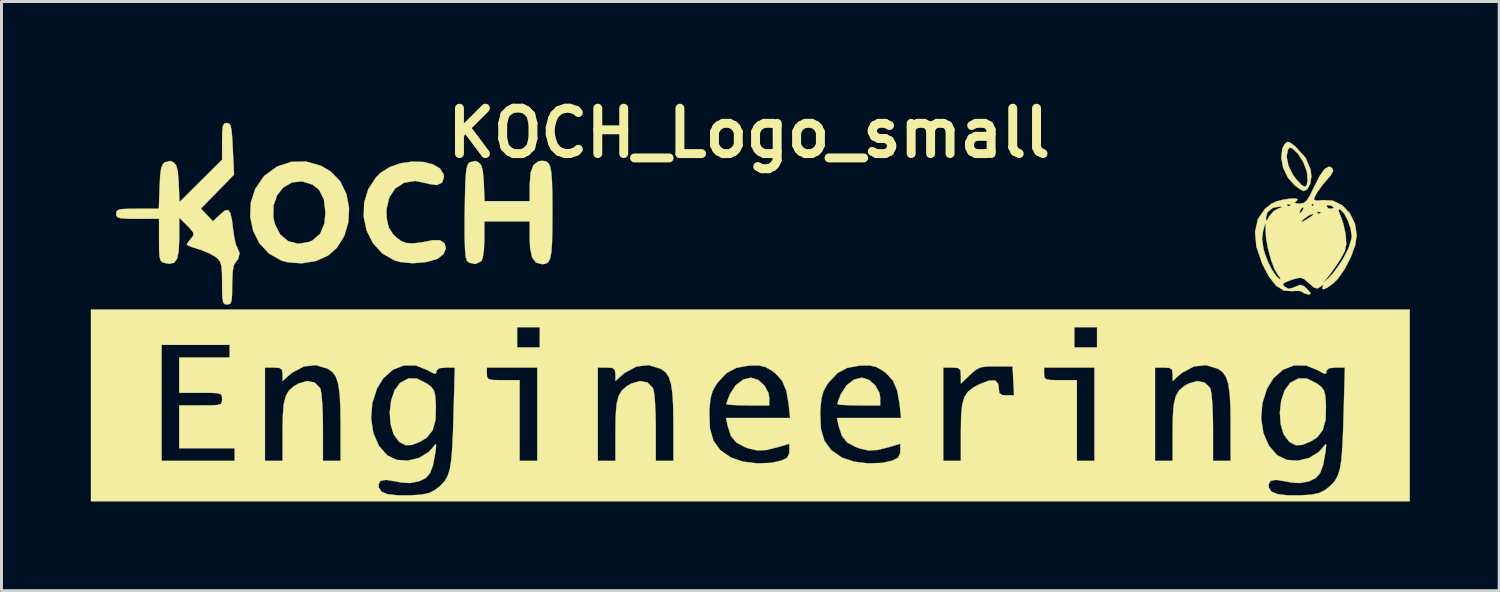
<source format=kicad_pcb>
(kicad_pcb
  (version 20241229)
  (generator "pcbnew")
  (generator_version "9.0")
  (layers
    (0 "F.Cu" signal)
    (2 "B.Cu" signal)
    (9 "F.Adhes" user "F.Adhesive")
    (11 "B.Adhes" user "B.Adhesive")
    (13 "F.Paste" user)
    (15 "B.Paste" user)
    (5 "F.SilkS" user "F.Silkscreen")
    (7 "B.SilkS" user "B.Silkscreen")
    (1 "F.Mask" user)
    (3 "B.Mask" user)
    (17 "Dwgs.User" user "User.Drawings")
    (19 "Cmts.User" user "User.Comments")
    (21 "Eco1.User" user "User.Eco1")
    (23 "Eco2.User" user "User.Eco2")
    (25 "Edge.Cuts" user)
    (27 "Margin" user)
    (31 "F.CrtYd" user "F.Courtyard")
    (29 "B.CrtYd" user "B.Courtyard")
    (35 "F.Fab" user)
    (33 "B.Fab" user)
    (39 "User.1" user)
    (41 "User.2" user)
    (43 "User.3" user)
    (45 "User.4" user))
  (footprint "KOCH_Logo_small"
    (layer "F.Cu")
    (at 22.103 7.26)
    (property "Reference" "KOCH_Logo_small" (at 0 -5.842 0) (layer "F.SilkS") (effects (font (size 1.524 1.524) (thickness 0.3))))
    (attr through_hole)
    (fp_poly (pts (xy 0.304 2.446) (xy 0.515 2.636) (xy 0.652 2.887) (xy 0.677 3.044) (xy 0.677 3.302) (xy -0.042 3.302) (xy -0.368 3.297) (xy -0.616 3.284) (xy -0.75 3.265) (xy -0.762 3.257) (xy -0.732 3.156) (xy -0.659 2.967) (xy -0.644 2.929) (xy -0.45 2.626) (xy -0.185 2.429) (xy 0.065 2.371) (xy 0.304 2.446)) (stroke (width 0.01) (type solid)) (fill yes) (layer "F.SilkS"))
    (fp_poly (pts (xy 4.029 2.446) (xy 4.241 2.636) (xy 4.377 2.887) (xy 4.403 3.044) (xy 4.403 3.302) (xy 3.683 3.302) (xy 3.358 3.297) (xy 3.109 3.284) (xy 2.976 3.265) (xy 2.963 3.257) (xy 2.993 3.156) (xy 3.066 2.967) (xy 3.081 2.929) (xy 3.275 2.626) (xy 3.54 2.429) (xy 3.79 2.371) (xy 4.029 2.446)) (stroke (width 0.01) (type solid)) (fill yes) (layer "F.SilkS"))
    (fp_poly (pts (xy -11.156 2.402) (xy -10.836 2.559) (xy -10.829 2.564) (xy -10.674 2.679) (xy -10.585 2.797) (xy -10.541 2.969) (xy -10.52 3.247) (xy -10.516 3.323) (xy -10.529 3.793) (xy -10.625 4.136) (xy -10.816 4.38) (xy -11.037 4.518) (xy -11.32 4.63) (xy -11.525 4.64) (xy -11.711 4.549) (xy -11.764 4.508) (xy -11.938 4.269) (xy -12.038 3.929) (xy -12.065 3.536) (xy -12.02 3.143) (xy -11.904 2.797) (xy -11.72 2.55) (xy -11.709 2.542) (xy -11.436 2.396) (xy -11.156 2.402)) (stroke (width 0.01) (type solid)) (fill yes) (layer "F.SilkS"))
    (fp_poly (pts (xy 18.731 2.402) (xy 19.051 2.559) (xy 19.059 2.564) (xy 19.213 2.679) (xy 19.302 2.797) (xy 19.347 2.969) (xy 19.368 3.247) (xy 19.371 3.323) (xy 19.358 3.793) (xy 19.262 4.136) (xy 19.072 4.38) (xy 18.85 4.518) (xy 18.568 4.63) (xy 18.362 4.64) (xy 18.176 4.549) (xy 18.124 4.508) (xy 17.949 4.269) (xy 17.849 3.929) (xy 17.823 3.536) (xy 17.868 3.143) (xy 17.983 2.797) (xy 18.168 2.55) (xy 18.178 2.542) (xy 18.451 2.396) (xy 18.731 2.402)) (stroke (width 0.01) (type solid)) (fill yes) (layer "F.SilkS"))
    (fp_poly (pts (xy 18.142 -5.537) (xy 18.286 -5.436) (xy 18.359 -5.374) (xy 18.689 -5.009) (xy 18.858 -4.606) (xy 18.881 -4.381) (xy 18.84 -4.128) (xy 18.737 -3.949) (xy 18.621 -3.895) (xy 18.523 -3.942) (xy 18.357 -4.059) (xy 18.331 -4.078) (xy 18.094 -4.342) (xy 17.936 -4.671) (xy 17.869 -5.015) (xy 17.874 -5.052) (xy 18.049 -5.052) (xy 18.11 -4.752) (xy 18.262 -4.439) (xy 18.391 -4.268) (xy 18.559 -4.093) (xy 18.659 -4.039) (xy 18.724 -4.089) (xy 18.727 -4.095) (xy 18.755 -4.257) (xy 18.735 -4.502) (xy 18.72 -4.577) (xy 18.609 -4.87) (xy 18.438 -5.138) (xy 18.405 -5.175) (xy 18.248 -5.324) (xy 18.158 -5.356) (xy 18.093 -5.286) (xy 18.049 -5.052) (xy 17.874 -5.052) (xy 17.908 -5.322) (xy 17.975 -5.453) (xy 18.055 -5.54) (xy 18.142 -5.537)) (stroke (width 0.01) (type solid)) (fill yes) (layer "F.SilkS"))
    (fp_poly (pts (xy -10.942 -4.872) (xy -10.621 -4.794) (xy -10.382 -4.655) (xy -10.256 -4.455) (xy -10.245 -4.364) (xy -10.31 -4.176) (xy -10.487 -4.096) (xy -10.751 -4.133) (xy -10.789 -4.147) (xy -11.213 -4.235) (xy -11.584 -4.174) (xy -11.882 -3.981) (xy -12.086 -3.673) (xy -12.177 -3.267) (xy -12.169 -2.986) (xy -12.102 -2.677) (xy -11.957 -2.448) (xy -11.852 -2.345) (xy -11.683 -2.217) (xy -11.505 -2.149) (xy -11.278 -2.137) (xy -10.96 -2.178) (xy -10.621 -2.245) (xy -10.374 -2.242) (xy -10.224 -2.136) (xy -10.181 -1.97) (xy -10.254 -1.786) (xy -10.452 -1.626) (xy -10.479 -1.613) (xy -10.856 -1.506) (xy -11.3 -1.471) (xy -11.725 -1.513) (xy -11.896 -1.561) (xy -12.312 -1.797) (xy -12.628 -2.141) (xy -12.839 -2.561) (xy -12.94 -3.025) (xy -12.925 -3.5) (xy -12.789 -3.955) (xy -12.527 -4.357) (xy -12.37 -4.51) (xy -12.057 -4.705) (xy -11.693 -4.829) (xy -11.31 -4.884) (xy -10.942 -4.872)) (stroke (width 0.01) (type solid)) (fill yes) (layer "F.SilkS"))
    (fp_poly (pts (xy -14.383 -4.747) (xy -14.045 -4.55) (xy -13.726 -4.218) (xy -13.522 -3.8) (xy -13.432 -3.332) (xy -13.455 -2.851) (xy -13.59 -2.393) (xy -13.836 -1.995) (xy -14.132 -1.731) (xy -14.546 -1.545) (xy -15.028 -1.468) (xy -15.507 -1.505) (xy -15.706 -1.561) (xy -16.125 -1.799) (xy -16.444 -2.144) (xy -16.655 -2.566) (xy -16.748 -3.013) (xy -15.975 -3.013) (xy -15.926 -2.79) (xy -15.746 -2.437) (xy -15.474 -2.21) (xy -15.138 -2.123) (xy -14.769 -2.188) (xy -14.66 -2.237) (xy -14.404 -2.458) (xy -14.26 -2.802) (xy -14.224 -3.175) (xy -14.278 -3.621) (xy -14.443 -3.942) (xy -14.66 -4.113) (xy -15.019 -4.221) (xy -15.351 -4.183) (xy -15.635 -4.02) (xy -15.847 -3.756) (xy -15.968 -3.413) (xy -15.975 -3.013) (xy -16.748 -3.013) (xy -16.752 -3.033) (xy -16.73 -3.511) (xy -16.581 -3.97) (xy -16.3 -4.378) (xy -16.266 -4.413) (xy -15.85 -4.717) (xy -15.377 -4.875) (xy -14.877 -4.886) (xy -14.383 -4.747)) (stroke (width 0.01) (type solid)) (fill yes) (layer "F.SilkS"))
    (fp_poly (pts (xy -6.836 -4.898) (xy -6.747 -4.845) (xy -6.685 -4.731) (xy -6.643 -4.535) (xy -6.619 -4.236) (xy -6.607 -3.811) (xy -6.604 -3.241) (xy -6.604 -3.175) (xy -6.607 -2.589) (xy -6.617 -2.151) (xy -6.64 -1.84) (xy -6.68 -1.634) (xy -6.74 -1.513) (xy -6.825 -1.455) (xy -6.94 -1.439) (xy -6.954 -1.439) (xy -7.154 -1.493) (xy -7.285 -1.665) (xy -7.352 -1.97) (xy -7.366 -2.292) (xy -7.366 -2.879) (xy -8.89 -2.879) (xy -8.89 -2.261) (xy -8.904 -1.91) (xy -8.943 -1.655) (xy -8.992 -1.541) (xy -9.187 -1.446) (xy -9.394 -1.488) (xy -9.474 -1.556) (xy -9.513 -1.678) (xy -9.538 -1.94) (xy -9.551 -2.351) (xy -9.552 -2.918) (xy -9.548 -3.219) (xy -9.538 -3.774) (xy -9.526 -4.183) (xy -9.509 -4.47) (xy -9.484 -4.659) (xy -9.449 -4.775) (xy -9.403 -4.84) (xy -9.377 -4.859) (xy -9.194 -4.907) (xy -9.081 -4.859) (xy -8.996 -4.763) (xy -8.943 -4.582) (xy -8.913 -4.279) (xy -8.907 -4.161) (xy -8.883 -3.556) (xy -7.366 -3.556) (xy -7.366 -4.1) (xy -7.336 -4.507) (xy -7.241 -4.767) (xy -7.075 -4.894) (xy -6.954 -4.911) (xy -6.836 -4.898)) (stroke (width 0.01) (type solid)) (fill yes) (layer "F.SilkS"))
    (fp_poly (pts (xy -17.463 -6.165) (xy -17.413 -6.098) (xy -17.38 -5.949) (xy -17.356 -5.689) (xy -17.336 -5.313) (xy -17.296 -4.445) (xy -17.851 -3.876) (xy -18.406 -3.306) (xy -18.205 -3.092) (xy -18.003 -2.877) (xy -17.76 -3.109) (xy -17.603 -3.238) (xy -17.493 -3.259) (xy -17.418 -3.155) (xy -17.363 -2.91) (xy -17.325 -2.599) (xy -17.283 -2.311) (xy -17.23 -2.09) (xy -17.187 -1.998) (xy -17.107 -1.814) (xy -17.156 -1.611) (xy -17.23 -1.524) (xy -17.301 -1.408) (xy -17.341 -1.188) (xy -17.356 -0.834) (xy -17.357 -0.752) (xy -17.36 -0.417) (xy -17.377 -0.218) (xy -17.416 -0.119) (xy -17.485 -0.087) (xy -17.526 -0.085) (xy -17.609 -0.098) (xy -17.659 -0.161) (xy -17.685 -0.306) (xy -17.694 -0.567) (xy -17.695 -0.798) (xy -17.699 -1.153) (xy -17.718 -1.38) (xy -17.762 -1.522) (xy -17.84 -1.622) (xy -17.903 -1.675) (xy -18.116 -1.8) (xy -18.398 -1.916) (xy -18.496 -1.946) (xy -18.721 -2.018) (xy -18.86 -2.079) (xy -18.881 -2.1) (xy -18.83 -2.19) (xy -18.737 -2.304) (xy -18.658 -2.41) (xy -18.665 -2.504) (xy -18.772 -2.638) (xy -18.864 -2.732) (xy -19.135 -3.002) (xy -19.135 -2.316) (xy -19.15 -1.899) (xy -19.203 -1.63) (xy -19.305 -1.487) (xy -19.467 -1.452) (xy -19.599 -1.474) (xy -19.703 -1.508) (xy -19.765 -1.571) (xy -19.798 -1.7) (xy -19.81 -1.929) (xy -19.812 -2.245) (xy -19.812 -2.963) (xy -20.532 -2.963) (xy -20.882 -2.966) (xy -21.095 -2.981) (xy -21.206 -3.015) (xy -21.247 -3.076) (xy -21.251 -3.133) (xy -21.238 -3.215) (xy -21.175 -3.265) (xy -21.031 -3.291) (xy -20.771 -3.301) (xy -20.535 -3.302) (xy -19.819 -3.302) (xy -19.794 -4.034) (xy -19.775 -4.409) (xy -19.743 -4.65) (xy -19.69 -4.79) (xy -19.622 -4.859) (xy -19.439 -4.907) (xy -19.325 -4.859) (xy -19.241 -4.765) (xy -19.189 -4.588) (xy -19.159 -4.292) (xy -19.152 -4.146) (xy -19.127 -3.525) (xy -17.695 -4.949) (xy -17.695 -5.565) (xy -17.691 -5.885) (xy -17.67 -6.07) (xy -17.626 -6.157) (xy -17.547 -6.18) (xy -17.536 -6.181) (xy -17.463 -6.165)) (stroke (width 0.01) (type solid)) (fill yes) (layer "F.SilkS"))
    (fp_poly (pts (xy 19.578 -4.671) (xy 19.614 -4.569) (xy 19.531 -4.421) (xy 19.46 -4.34) (xy 19.243 -4.083) (xy 19.072 -3.843) (xy 18.976 -3.662) (xy 18.965 -3.612) (xy 19.038 -3.575) (xy 19.214 -3.584) (xy 19.242 -3.589) (xy 19.592 -3.576) (xy 19.911 -3.421) (xy 20.171 -3.153) (xy 20.344 -2.8) (xy 20.405 -2.407) (xy 20.351 -2.075) (xy 20.209 -1.682) (xy 20.007 -1.289) (xy 19.777 -0.957) (xy 19.631 -0.808) (xy 19.432 -0.661) (xy 19.294 -0.597) (xy 19.243 -0.624) (xy 19.273 -0.699) (xy 19.281 -0.747) (xy 19.19 -0.686) (xy 19.079 -0.623) (xy 18.969 -0.655) (xy 18.803 -0.798) (xy 18.794 -0.806) (xy 19.262 -0.806) (xy 19.456 -0.97) (xy 19.603 -1.129) (xy 19.788 -1.378) (xy 19.943 -1.615) (xy 20.13 -1.977) (xy 20.226 -2.285) (xy 20.235 -2.382) (xy 20.199 -2.636) (xy 20.106 -2.908) (xy 19.984 -3.14) (xy 19.857 -3.273) (xy 19.837 -3.282) (xy 19.788 -3.255) (xy 19.839 -3.106) (xy 19.861 -3.06) (xy 19.949 -2.817) (xy 20.02 -2.508) (xy 20.037 -2.391) (xy 20.053 -2.106) (xy 20.004 -1.882) (xy 19.869 -1.627) (xy 19.854 -1.602) (xy 19.679 -1.336) (xy 19.505 -1.096) (xy 19.442 -1.017) (xy 19.262 -0.806) (xy 18.794 -0.806) (xy 18.643 -0.938) (xy 18.513 -0.985) (xy 18.339 -0.952) (xy 18.209 -0.91) (xy 17.998 -0.83) (xy 17.926 -0.768) (xy 17.968 -0.698) (xy 17.99 -0.679) (xy 18.12 -0.611) (xy 18.274 -0.649) (xy 18.336 -0.68) (xy 18.501 -0.746) (xy 18.628 -0.704) (xy 18.733 -0.609) (xy 18.847 -0.48) (xy 18.84 -0.43) (xy 18.777 -0.423) (xy 18.627 -0.465) (xy 18.588 -0.502) (xy 18.48 -0.543) (xy 18.279 -0.539) (xy 18.24 -0.533) (xy 17.956 -0.554) (xy 17.694 -0.718) (xy 17.447 -1.036) (xy 17.229 -1.456) (xy 17.037 -2.018) (xy 17.011 -2.284) (xy 17.225 -2.284) (xy 17.273 -1.959) (xy 17.309 -1.827) (xy 17.415 -1.537) (xy 17.552 -1.263) (xy 17.694 -1.049) (xy 17.815 -0.938) (xy 17.842 -0.931) (xy 17.833 -0.984) (xy 17.759 -1.079) (xy 17.641 -1.281) (xy 17.524 -1.593) (xy 17.425 -1.957) (xy 17.362 -2.313) (xy 17.349 -2.492) (xy 17.341 -2.836) (xy 17.26 -2.555) (xy 17.225 -2.284) (xy 17.011 -2.284) (xy 16.989 -2.519) (xy 17.067 -2.869) (xy 18.537 -2.869) (xy 18.568 -2.862) (xy 18.696 -2.927) (xy 18.881 -3.044) (xy 18.948 -3.114) (xy 18.923 -3.129) (xy 18.804 -3.08) (xy 18.632 -2.96) (xy 18.627 -2.956) (xy 18.537 -2.869) (xy 17.067 -2.869) (xy 17.084 -2.948) (xy 17.136 -3.024) (xy 17.358 -3.024) (xy 17.364 -2.9) (xy 17.398 -2.918) (xy 17.464 -3.044) (xy 17.55 -3.143) (xy 18.479 -3.143) (xy 18.541 -3.184) (xy 18.547 -3.189) (xy 19.078 -3.189) (xy 19.09 -3.139) (xy 19.135 -3.133) (xy 19.204 -3.164) (xy 19.191 -3.189) (xy 19.091 -3.199) (xy 19.078 -3.189) (xy 18.547 -3.189) (xy 18.553 -3.195) (xy 18.619 -3.306) (xy 18.61 -3.347) (xy 18.547 -3.321) (xy 18.505 -3.242) (xy 18.479 -3.143) (xy 17.55 -3.143) (xy 17.62 -3.224) (xy 17.781 -3.311) (xy 17.901 -3.356) (xy 17.855 -3.377) (xy 17.838 -3.378) (xy 17.591 -3.333) (xy 17.414 -3.192) (xy 17.358 -3.024) (xy 17.136 -3.024) (xy 17.321 -3.296) (xy 17.435 -3.384) (xy 19.389 -3.384) (xy 19.457 -3.311) (xy 19.516 -3.302) (xy 19.629 -3.32) (xy 19.643 -3.335) (xy 19.576 -3.39) (xy 19.516 -3.417) (xy 19.407 -3.419) (xy 19.389 -3.384) (xy 17.435 -3.384) (xy 17.511 -3.443) (xy 18.062 -3.443) (xy 18.074 -3.393) (xy 18.119 -3.387) (xy 18.188 -3.418) (xy 18.182 -3.429) (xy 18.881 -3.429) (xy 18.923 -3.387) (xy 18.965 -3.429) (xy 18.923 -3.471) (xy 18.881 -3.429) (xy 18.182 -3.429) (xy 18.175 -3.443) (xy 18.075 -3.453) (xy 18.062 -3.443) (xy 17.511 -3.443) (xy 17.552 -3.475) (xy 17.719 -3.549) (xy 17.929 -3.604) (xy 18.141 -3.638) (xy 18.316 -3.647) (xy 18.414 -3.626) (xy 18.395 -3.572) (xy 18.373 -3.556) (xy 18.316 -3.497) (xy 18.405 -3.475) (xy 18.479 -3.473) (xy 18.613 -3.49) (xy 18.72 -3.568) (xy 18.83 -3.739) (xy 18.957 -4.004) (xy 19.159 -4.4) (xy 19.329 -4.636) (xy 19.474 -4.717) (xy 19.578 -4.671)) (stroke (width 0.01) (type solid)) (fill yes) (layer "F.SilkS"))
    (fp_poly (pts (xy 22.183 6.519) (xy -22.098 6.519) (xy -22.098 1.27) (xy -19.727 1.27) (xy -19.727 5.165) (xy -17.272 5.165) (xy -17.272 4.741) (xy -19.135 4.741) (xy -19.135 3.302) (xy -18.415 3.302) (xy -18.067 3.3) (xy -17.854 3.288) (xy -17.743 3.255) (xy -17.702 3.192) (xy -17.695 3.09) (xy -17.702 2.988) (xy -17.744 2.925) (xy -17.855 2.893) (xy -18.069 2.881) (xy -18.415 2.879) (xy -19.135 2.879) (xy -19.135 2.032) (xy -16.256 2.032) (xy -16.256 5.165) (xy -15.663 5.165) (xy -15.663 4.146) (xy -15.655 3.633) (xy -15.624 3.258) (xy -15.558 2.991) (xy -15.449 2.802) (xy -15.286 2.66) (xy -15.134 2.571) (xy -14.839 2.485) (xy -14.585 2.536) (xy -14.412 2.712) (xy -14.39 2.76) (xy -14.359 2.924) (xy -14.334 3.218) (xy -14.316 3.6) (xy -14.309 4.031) (xy -14.309 4.07) (xy -14.309 5.165) (xy -13.716 5.165) (xy -13.716 3.95) (xy -13.719 3.743) (xy -12.692 3.743) (xy -12.617 4.232) (xy -12.432 4.658) (xy -12.149 4.981) (xy -11.83 5.132) (xy -11.458 5.158) (xy -11.085 5.068) (xy -10.761 4.871) (xy -10.624 4.721) (xy -10.54 4.614) (xy -10.508 4.618) (xy -10.517 4.754) (xy -10.539 4.911) (xy -10.613 5.311) (xy -10.713 5.576) (xy -10.859 5.743) (xy -11.073 5.846) (xy -11.104 5.856) (xy -11.389 5.91) (xy -11.693 5.89) (xy -11.87 5.854) (xy -12.19 5.803) (xy -12.375 5.835) (xy -12.441 5.955) (xy -12.432 6.062) (xy -12.348 6.196) (xy -12.147 6.282) (xy -11.812 6.322) (xy -11.371 6.323) (xy -10.993 6.298) (xy -10.733 6.24) (xy -10.539 6.139) (xy -10.524 6.128) (xy -10.351 5.988) (xy -10.218 5.843) (xy -10.119 5.667) (xy -10.048 5.438) (xy -9.999 5.129) (xy -9.965 4.716) (xy -9.941 4.176) (xy -9.928 3.725) (xy -9.88 2.032) (xy -8.805 2.032) (xy -8.805 2.244) (xy -8.796 2.357) (xy -8.741 2.421) (xy -8.604 2.449) (xy -8.345 2.455) (xy -8.255 2.455) (xy -7.705 2.455) (xy -7.705 5.165) (xy -7.112 5.165) (xy -7.112 2.032) (xy -5.08 2.032) (xy -5.08 5.165) (xy -4.487 5.165) (xy -4.487 4.146) (xy -4.479 3.633) (xy -4.448 3.258) (xy -4.382 2.991) (xy -4.273 2.802) (xy -4.11 2.66) (xy -3.958 2.571) (xy -3.663 2.485) (xy -3.409 2.536) (xy -3.236 2.712) (xy -3.214 2.76) (xy -3.183 2.924) (xy -3.158 3.218) (xy -3.14 3.6) (xy -3.133 4.031) (xy -3.133 4.07) (xy -3.133 5.165) (xy -2.54 5.165) (xy -2.54 3.95) (xy -2.545 3.55) (xy -1.337 3.55) (xy -1.315 4.081) (xy -1.196 4.491) (xy -0.967 4.805) (xy -0.617 5.048) (xy -0.596 5.059) (xy -0.2 5.191) (xy 0.273 5.25) (xy 0.749 5.232) (xy 1.088 5.156) (xy 1.28 5.058) (xy 1.35 4.909) (xy 1.355 4.826) (xy 1.355 4.589) (xy 0.96 4.707) (xy 0.584 4.8) (xy 0.285 4.815) (xy -0.007 4.75) (xy -0.148 4.698) (xy -0.432 4.544) (xy -0.607 4.33) (xy -0.714 4.003) (xy -0.716 3.998) (xy -0.775 3.725) (xy 1.378 3.725) (xy 1.36 3.55) (xy 2.389 3.55) (xy 2.41 4.081) (xy 2.529 4.491) (xy 2.758 4.805) (xy 3.108 5.048) (xy 3.13 5.059) (xy 3.525 5.191) (xy 3.998 5.25) (xy 4.474 5.232) (xy 4.813 5.156) (xy 5.005 5.058) (xy 5.075 4.909) (xy 5.08 4.826) (xy 5.08 4.589) (xy 4.686 4.707) (xy 4.309 4.8) (xy 4.01 4.815) (xy 3.718 4.75) (xy 3.577 4.698) (xy 3.293 4.544) (xy 3.119 4.33) (xy 3.011 4.003) (xy 3.01 3.998) (xy 2.95 3.725) (xy 5.104 3.725) (xy 5.056 3.264) (xy 4.977 2.81) (xy 4.835 2.477) (xy 4.607 2.223) (xy 4.487 2.134) (xy 4.306 2.032) (xy 6.519 2.032) (xy 6.519 5.165) (xy 7.112 5.165) (xy 7.112 4.16) (xy 7.12 3.657) (xy 7.154 3.291) (xy 7.226 3.031) (xy 7.348 2.844) (xy 7.533 2.7) (xy 7.736 2.593) (xy 8.056 2.47) (xy 8.262 2.464) (xy 8.365 2.576) (xy 8.382 2.709) (xy 8.402 2.888) (xy 8.5 2.955) (xy 8.64 2.963) (xy 8.898 2.963) (xy 8.873 2.477) (xy 8.85 2.032) (xy 9.906 2.032) (xy 9.906 2.244) (xy 9.916 2.357) (xy 9.97 2.421) (xy 10.108 2.449) (xy 10.366 2.455) (xy 10.456 2.455) (xy 11.007 2.455) (xy 11.007 5.165) (xy 11.599 5.165) (xy 11.599 2.032) (xy 13.631 2.032) (xy 13.631 5.165) (xy 14.224 5.165) (xy 14.224 4.146) (xy 14.232 3.633) (xy 14.264 3.258) (xy 14.329 2.991) (xy 14.438 2.802) (xy 14.601 2.66) (xy 14.754 2.571) (xy 15.049 2.485) (xy 15.302 2.536) (xy 15.476 2.712) (xy 15.497 2.76) (xy 15.528 2.924) (xy 15.554 3.218) (xy 15.571 3.6) (xy 15.579 4.031) (xy 15.579 4.07) (xy 15.579 5.165) (xy 16.171 5.165) (xy 16.171 3.95) (xy 16.169 3.743) (xy 17.195 3.743) (xy 17.271 4.232) (xy 17.455 4.658) (xy 17.738 4.981) (xy 18.057 5.132) (xy 18.429 5.158) (xy 18.802 5.068) (xy 19.126 4.871) (xy 19.264 4.721) (xy 19.347 4.614) (xy 19.379 4.618) (xy 19.37 4.754) (xy 19.348 4.911) (xy 19.274 5.311) (xy 19.174 5.576) (xy 19.028 5.743) (xy 18.815 5.846) (xy 18.784 5.856) (xy 18.498 5.91) (xy 18.194 5.89) (xy 18.017 5.854) (xy 17.697 5.803) (xy 17.512 5.835) (xy 17.446 5.955) (xy 17.455 6.062) (xy 17.539 6.196) (xy 17.74 6.282) (xy 18.076 6.322) (xy 18.517 6.323) (xy 18.894 6.298) (xy 19.154 6.24) (xy 19.348 6.139) (xy 19.363 6.128) (xy 19.536 5.988) (xy 19.669 5.843) (xy 19.768 5.667) (xy 19.839 5.438) (xy 19.889 5.129) (xy 19.922 4.716) (xy 19.946 4.176) (xy 19.96 3.725) (xy 20.007 2.032) (xy 19.698 2.032) (xy 19.478 2.055) (xy 19.392 2.133) (xy 19.389 2.166) (xy 19.368 2.239) (xy 19.281 2.224) (xy 19.104 2.124) (xy 18.701 1.962) (xy 18.3 1.959) (xy 17.927 2.106) (xy 17.605 2.393) (xy 17.395 2.732) (xy 17.235 3.23) (xy 17.195 3.743) (xy 16.169 3.743) (xy 16.164 3.354) (xy 16.139 2.903) (xy 16.09 2.573) (xy 16.012 2.341) (xy 15.9 2.182) (xy 15.748 2.074) (xy 15.743 2.072) (xy 15.34 1.95) (xy 14.937 1.995) (xy 14.542 2.206) (xy 14.415 2.311) (xy 14.224 2.485) (xy 14.224 2.258) (xy 14.204 2.106) (xy 14.111 2.043) (xy 13.928 2.032) (xy 13.631 2.032) (xy 11.599 2.032) (xy 9.906 2.032) (xy 8.85 2.032) (xy 8.848 1.99) (xy 8.281 1.99) (xy 7.968 1.996) (xy 7.763 2.03) (xy 7.606 2.111) (xy 7.436 2.259) (xy 7.413 2.281) (xy 7.112 2.573) (xy 7.112 2.303) (xy 7.097 2.121) (xy 7.018 2.047) (xy 6.822 2.032) (xy 6.816 2.032) (xy 6.519 2.032) (xy 4.306 2.032) (xy 4.269 2.011) (xy 4.046 1.96) (xy 3.739 1.964) (xy 3.721 1.965) (xy 3.301 2.04) (xy 2.971 2.215) (xy 2.682 2.522) (xy 2.612 2.618) (xy 2.499 2.824) (xy 2.431 3.065) (xy 2.396 3.398) (xy 2.389 3.55) (xy 1.36 3.55) (xy 1.331 3.264) (xy 1.252 2.81) (xy 1.109 2.477) (xy 0.882 2.223) (xy 0.762 2.134) (xy 0.544 2.011) (xy 0.321 1.96) (xy 0.014 1.964) (xy -0.004 1.965) (xy -0.425 2.04) (xy -0.754 2.215) (xy -1.044 2.522) (xy -1.113 2.618) (xy -1.227 2.824) (xy -1.294 3.065) (xy -1.33 3.398) (xy -1.337 3.55) (xy -2.545 3.55) (xy -2.547 3.354) (xy -2.573 2.903) (xy -2.622 2.573) (xy -2.699 2.341) (xy -2.812 2.182) (xy -2.964 2.074) (xy -2.968 2.072) (xy -3.371 1.95) (xy -3.775 1.995) (xy -4.17 2.206) (xy -4.297 2.311) (xy -4.487 2.485) (xy -4.487 2.258) (xy -4.507 2.106) (xy -4.6 2.043) (xy -4.784 2.032) (xy -5.08 2.032) (xy -7.112 2.032) (xy -8.805 2.032) (xy -9.88 2.032) (xy -10.19 2.032) (xy -10.409 2.055) (xy -10.495 2.133) (xy -10.499 2.166) (xy -10.52 2.239) (xy -10.607 2.224) (xy -10.784 2.124) (xy -11.186 1.962) (xy -11.587 1.959) (xy -11.961 2.106) (xy -12.283 2.393) (xy -12.492 2.732) (xy -12.653 3.23) (xy -12.692 3.743) (xy -13.719 3.743) (xy -13.723 3.354) (xy -13.749 2.903) (xy -13.798 2.573) (xy -13.875 2.341) (xy -13.988 2.182) (xy -14.14 2.074) (xy -14.144 2.072) (xy -14.547 1.95) (xy -14.951 1.995) (xy -15.346 2.206) (xy -15.473 2.311) (xy -15.663 2.485) (xy -15.663 2.258) (xy -15.683 2.106) (xy -15.776 2.043) (xy -15.96 2.032) (xy -16.256 2.032) (xy -19.135 2.032) (xy -19.135 1.693) (xy -17.441 1.693) (xy -17.441 1.27) (xy -19.727 1.27) (xy -22.098 1.27) (xy -22.098 0.677) (xy -7.789 0.677) (xy -7.789 1.355) (xy -7.027 1.355) (xy -7.027 0.677) (xy 10.922 0.677) (xy 10.922 1.355) (xy 11.684 1.355) (xy 11.684 0.677) (xy 10.922 0.677) (xy -7.027 0.677) (xy -7.789 0.677) (xy -22.098 0.677) (xy -22.098 0.085) (xy 22.183 0.085) (xy 22.183 6.519)) (stroke (width 0.01) (type solid)) (fill yes) (layer "F.SilkS")))
  (gr_rect
    (start -3 -3)
    (end 47.291 16.784)
    (stroke (width 0.1) (type default))
    (fill no)
    (layer "Edge.Cuts")))
</source>
